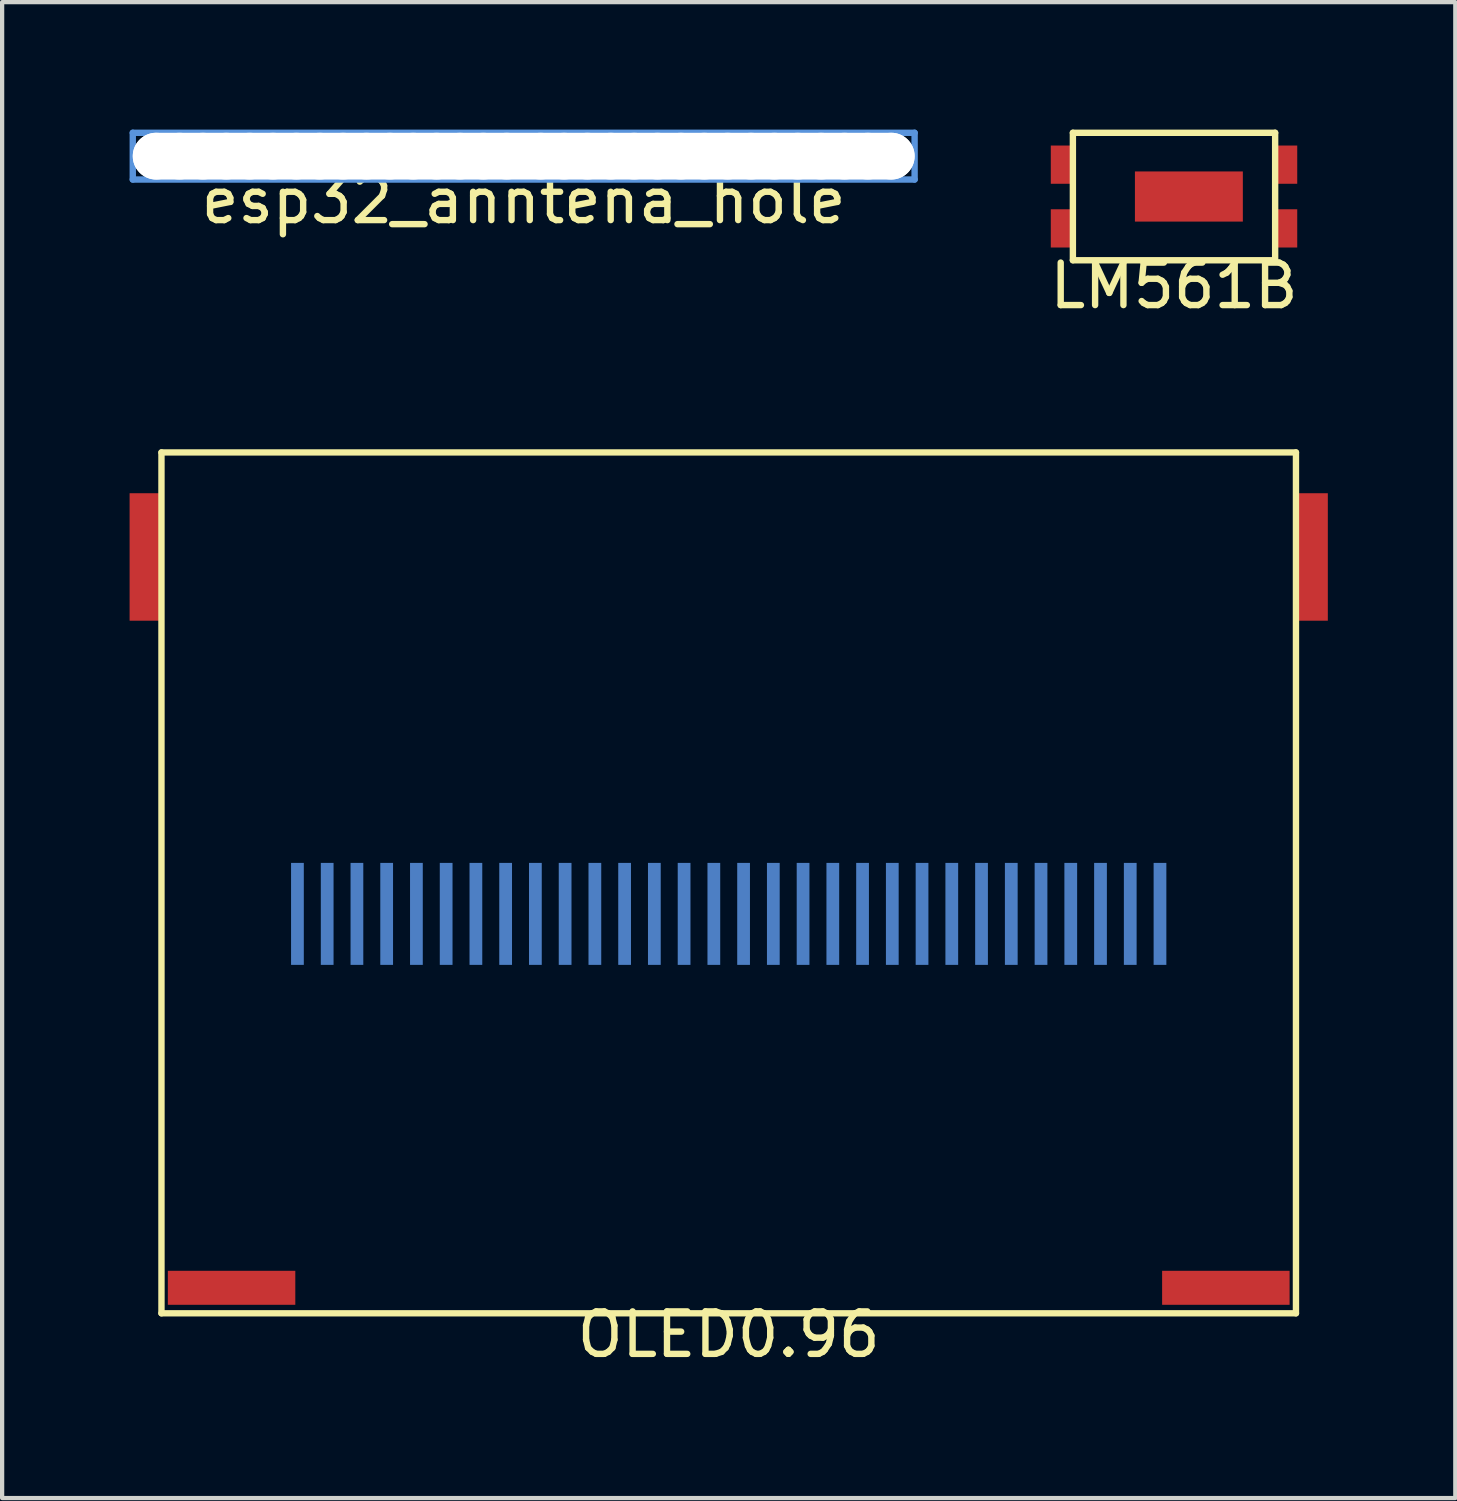
<source format=kicad_pcb>
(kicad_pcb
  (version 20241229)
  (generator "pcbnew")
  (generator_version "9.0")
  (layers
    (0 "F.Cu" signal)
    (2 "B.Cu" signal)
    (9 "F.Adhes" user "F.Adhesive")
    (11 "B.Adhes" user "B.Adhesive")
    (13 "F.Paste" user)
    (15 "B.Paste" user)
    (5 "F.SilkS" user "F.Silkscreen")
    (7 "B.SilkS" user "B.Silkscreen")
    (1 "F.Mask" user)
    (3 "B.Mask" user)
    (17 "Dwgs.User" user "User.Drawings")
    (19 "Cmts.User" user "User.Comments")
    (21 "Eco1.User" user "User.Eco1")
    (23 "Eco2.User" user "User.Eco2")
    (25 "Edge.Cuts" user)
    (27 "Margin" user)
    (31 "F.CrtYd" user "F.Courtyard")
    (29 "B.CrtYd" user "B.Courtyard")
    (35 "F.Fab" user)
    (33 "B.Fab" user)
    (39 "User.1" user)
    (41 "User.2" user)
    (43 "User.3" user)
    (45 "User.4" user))
  (footprint "LM561B"
    (layer "F.Cu")
    (at 24.58 1.575)
    (property "Reference" "LM561B" (at 0 2.1 0) (layer "F.SilkS") (effects (font (size 1 1) (thickness 0.15))))
    (attr through_hole)
    (fp_line (start -2.38 -1.5) (end 2.38 -1.5) (stroke (width 0.15) (type solid)) (layer "F.SilkS"))
    (fp_line (start -2.38 1.5) (end -2.38 -1.5) (stroke (width 0.15) (type solid)) (layer "F.SilkS"))
    (fp_line (start 2.38 -1.5) (end 2.38 1.5) (stroke (width 0.15) (type solid)) (layer "F.SilkS"))
    (fp_line (start 2.38 1.5) (end -2.38 1.5) (stroke (width 0.15) (type solid)) (layer "F.SilkS"))
    (pad "1" smd rect (at 0.35 0) (size 2.54 1.18) (layers "F.Cu" "F.Mask" "F.Paste"))
    (pad "1" smd rect (at 2.64 -0.75) (size 0.52 0.9) (layers "F.Cu" "F.Mask" "F.Paste"))
    (pad "1" smd rect (at 2.64 0.75) (size 0.52 0.9) (layers "F.Cu" "F.Mask" "F.Paste"))
    (pad "2" smd rect (at -2.64 -0.75) (size 0.52 0.9) (layers "F.Cu" "F.Mask" "F.Paste"))
    (pad "2" smd rect (at -2.64 0.75) (size 0.52 0.9) (layers "F.Cu" "F.Mask" "F.Paste")))
  (footprint "OLED0.96"
    (layer "F.Cu")
    (at 14.1 27.858)
    (property "Reference" "OLED0.96" (at 0 0.5 0) (layer "F.SilkS") (effects (font (size 1 1) (thickness 0.15))))
    (attr through_hole)
    (fp_line (start -13.35 -20.26) (end 13.35 -20.26) (stroke (width 0.15) (type solid)) (layer "F.SilkS"))
    (fp_line (start -13.35 0) (end -13.35 -20.26) (stroke (width 0.15) (type solid)) (layer "F.SilkS"))
    (fp_line (start 13.35 -20.26) (end 13.35 0) (stroke (width 0.15) (type solid)) (layer "F.SilkS"))
    (fp_line (start 13.35 0) (end -13.35 0) (stroke (width 0.15) (type solid)) (layer "F.SilkS"))
    (pad "1" smd rect (at -10.15 -9.4) (size 0.3 2.4) (layers "B.Cu" "B.Mask" "B.Paste"))
    (pad "2" smd rect (at -9.45 -9.4) (size 0.3 2.4) (layers "B.Cu" "B.Mask" "B.Paste"))
    (pad "3" smd rect (at -8.75 -9.4) (size 0.3 2.4) (layers "B.Cu" "B.Mask" "B.Paste"))
    (pad "4" smd rect (at -8.05 -9.4) (size 0.3 2.4) (layers "B.Cu" "B.Mask" "B.Paste"))
    (pad "5" smd rect (at -7.35 -9.4) (size 0.3 2.4) (layers "B.Cu" "B.Mask" "B.Paste"))
    (pad "6" smd rect (at -6.65 -9.4) (size 0.3 2.4) (layers "B.Cu" "B.Mask" "B.Paste"))
    (pad "7" smd rect (at -5.95 -9.4) (size 0.3 2.4) (layers "B.Cu" "B.Mask" "B.Paste"))
    (pad "8" smd rect (at -5.25 -9.4) (size 0.3 2.4) (layers "B.Cu" "B.Mask" "B.Paste"))
    (pad "9" smd rect (at -4.55 -9.4) (size 0.3 2.4) (layers "B.Cu" "B.Mask" "B.Paste"))
    (pad "10" smd rect (at -3.85 -9.4) (size 0.3 2.4) (layers "B.Cu" "B.Mask" "B.Paste"))
    (pad "11" smd rect (at -3.15 -9.4) (size 0.3 2.4) (layers "B.Cu" "B.Mask" "B.Paste"))
    (pad "12" smd rect (at -2.45 -9.4) (size 0.3 2.4) (layers "B.Cu" "B.Mask" "B.Paste"))
    (pad "13" smd rect (at -1.75 -9.4) (size 0.3 2.4) (layers "B.Cu" "B.Mask" "B.Paste"))
    (pad "14" smd rect (at -1.05 -9.4) (size 0.3 2.4) (layers "B.Cu" "B.Mask" "B.Paste"))
    (pad "15" smd rect (at -0.35 -9.4) (size 0.3 2.4) (layers "B.Cu" "B.Mask" "B.Paste"))
    (pad "16" smd rect (at 0.35 -9.4) (size 0.3 2.4) (layers "B.Cu" "B.Mask" "B.Paste"))
    (pad "17" smd rect (at 1.05 -9.4) (size 0.3 2.4) (layers "B.Cu" "B.Mask" "B.Paste"))
    (pad "18" smd rect (at 1.75 -9.4) (size 0.3 2.4) (layers "B.Cu" "B.Mask" "B.Paste"))
    (pad "19" smd rect (at 2.45 -9.4) (size 0.3 2.4) (layers "B.Cu" "B.Mask" "B.Paste"))
    (pad "20" smd rect (at 3.15 -9.4) (size 0.3 2.4) (layers "B.Cu" "B.Mask" "B.Paste"))
    (pad "21" smd rect (at 3.85 -9.4) (size 0.3 2.4) (layers "B.Cu" "B.Mask" "B.Paste"))
    (pad "22" smd rect (at 4.55 -9.4) (size 0.3 2.4) (layers "B.Cu" "B.Mask" "B.Paste"))
    (pad "23" smd rect (at 5.25 -9.4) (size 0.3 2.4) (layers "B.Cu" "B.Mask" "B.Paste"))
    (pad "24" smd rect (at 5.95 -9.4) (size 0.3 2.4) (layers "B.Cu" "B.Mask" "B.Paste"))
    (pad "25" smd rect (at 6.65 -9.4) (size 0.3 2.4) (layers "B.Cu" "B.Mask" "B.Paste"))
    (pad "26" smd rect (at 7.35 -9.4) (size 0.3 2.4) (layers "B.Cu" "B.Mask" "B.Paste"))
    (pad "27" smd rect (at 8.05 -9.4) (size 0.3 2.4) (layers "B.Cu" "B.Mask" "B.Paste"))
    (pad "28" smd rect (at 8.75 -9.4) (size 0.3 2.4) (layers "B.Cu" "B.Mask" "B.Paste"))
    (pad "29" smd rect (at 9.45 -9.4) (size 0.3 2.4) (layers "B.Cu" "B.Mask" "B.Paste"))
    (pad "30" smd rect (at 10.15 -9.4) (size 0.3 2.4) (layers "B.Cu" "B.Mask" "B.Paste"))
    (pad "BEZEL" smd rect (at -13.7 -17.8) (size 0.8 3) (layers "F.Cu" "F.Mask" "F.Paste"))
    (pad "BEZEL" smd rect (at -11.7 -0.6) (size 3 0.8) (layers "F.Cu" "F.Mask" "F.Paste"))
    (pad "BEZEL" smd rect (at 11.7 -0.6) (size 3 0.8) (layers "F.Cu" "F.Mask" "F.Paste"))
    (pad "BEZEL" smd rect (at 13.7 -17.8) (size 0.8 3) (layers "F.Cu" "F.Mask" "F.Paste")))
  (footprint "esp32_anntena_hole"
    (layer "F.Cu")
    (at 9.275 1.175)
    (property "Reference" "esp32_anntena_hole" (at 0 0.5 0) (layer "F.SilkS") (effects (font (size 1 1) (thickness 0.15))))
    (attr through_hole)
    (fp_line (start -9.2 -1.1) (end -9.2 0) (stroke (width 0.15) (type solid)) (layer "Cmts.User"))
    (fp_line (start -9.2 0) (end 9.2 0) (stroke (width 0.15) (type solid)) (layer "Cmts.User"))
    (fp_line (start 9.2 -1.1) (end -9.2 -1.1) (stroke (width 0.15) (type solid)) (layer "Cmts.User"))
    (fp_line (start 9.2 0) (end 9.2 -1.1) (stroke (width 0.15) (type solid)) (layer "Cmts.User"))
    (pad "" np_thru_hole oval (at -8.65 -0.55) (size 1.1 1.1) (drill 1.1) (layers "*.Cu" "*.Mask"))
    (pad "" np_thru_hole oval (at -8.1 -0.55) (size 1.1 1.1) (drill 1.1) (layers "*.Cu" "*.Mask"))
    (pad "" np_thru_hole oval (at -7.55 -0.55) (size 1.1 1.1) (drill 1.1) (layers "*.Cu" "*.Mask"))
    (pad "" np_thru_hole oval (at -7 -0.55) (size 1.1 1.1) (drill 1.1) (layers "*.Cu" "*.Mask"))
    (pad "" np_thru_hole oval (at -6.45 -0.55) (size 1.1 1.1) (drill 1.1) (layers "*.Cu" "*.Mask"))
    (pad "" np_thru_hole oval (at -5.9 -0.55) (size 1.1 1.1) (drill 1.1) (layers "*.Cu" "*.Mask"))
    (pad "" np_thru_hole oval (at -5.35 -0.55) (size 1.1 1.1) (drill 1.1) (layers "*.Cu" "*.Mask"))
    (pad "" np_thru_hole oval (at -4.8 -0.55) (size 1.1 1.1) (drill 1.1) (layers "*.Cu" "*.Mask"))
    (pad "" np_thru_hole oval (at -4.25 -0.55) (size 1.1 1.1) (drill 1.1) (layers "*.Cu" "*.Mask"))
    (pad "" np_thru_hole oval (at -3.7 -0.55) (size 1.1 1.1) (drill 1.1) (layers "*.Cu" "*.Mask"))
    (pad "" np_thru_hole oval (at -3.15 -0.55) (size 1.1 1.1) (drill 1.1) (layers "*.Cu" "*.Mask"))
    (pad "" np_thru_hole oval (at -2.6 -0.55) (size 1.1 1.1) (drill 1.1) (layers "*.Cu" "*.Mask"))
    (pad "" np_thru_hole oval (at -2.05 -0.55) (size 1.1 1.1) (drill 1.1) (layers "*.Cu" "*.Mask"))
    (pad "" np_thru_hole oval (at -1.5 -0.55) (size 1.1 1.1) (drill 1.1) (layers "*.Cu" "*.Mask"))
    (pad "" np_thru_hole oval (at -0.95 -0.55) (size 1.1 1.1) (drill 1.1) (layers "*.Cu" "*.Mask"))
    (pad "" np_thru_hole oval (at -0.4 -0.55) (size 1.1 1.1) (drill 1.1) (layers "*.Cu" "*.Mask"))
    (pad "" np_thru_hole oval (at 0 -0.55) (size 18.4 1.1) (drill oval 18.4 1.1) (layers "*.Cu" "*.Mask"))
    (pad "" np_thru_hole oval (at 0.4 -0.55) (size 1.1 1.1) (drill 1.1) (layers "*.Cu" "*.Mask"))
    (pad "" np_thru_hole oval (at 0.95 -0.55) (size 1.1 1.1) (drill 1.1) (layers "*.Cu" "*.Mask"))
    (pad "" np_thru_hole oval (at 1.5 -0.55) (size 1.1 1.1) (drill 1.1) (layers "*.Cu" "*.Mask"))
    (pad "" np_thru_hole oval (at 2.05 -0.55) (size 1.1 1.1) (drill 1.1) (layers "*.Cu" "*.Mask"))
    (pad "" np_thru_hole oval (at 2.6 -0.55) (size 1.1 1.1) (drill 1.1) (layers "*.Cu" "*.Mask"))
    (pad "" np_thru_hole oval (at 3.15 -0.55) (size 1.1 1.1) (drill 1.1) (layers "*.Cu" "*.Mask"))
    (pad "" np_thru_hole oval (at 3.7 -0.55) (size 1.1 1.1) (drill 1.1) (layers "*.Cu" "*.Mask"))
    (pad "" np_thru_hole oval (at 4.25 -0.55) (size 1.1 1.1) (drill 1.1) (layers "*.Cu" "*.Mask"))
    (pad "" np_thru_hole oval (at 4.8 -0.55) (size 1.1 1.1) (drill 1.1) (layers "*.Cu" "*.Mask"))
    (pad "" np_thru_hole oval (at 5.35 -0.55) (size 1.1 1.1) (drill 1.1) (layers "*.Cu" "*.Mask"))
    (pad "" np_thru_hole oval (at 5.9 -0.55) (size 1.1 1.1) (drill 1.1) (layers "*.Cu" "*.Mask"))
    (pad "" np_thru_hole oval (at 6.45 -0.55) (size 1.1 1.1) (drill 1.1) (layers "*.Cu" "*.Mask"))
    (pad "" np_thru_hole oval (at 7 -0.55) (size 1.1 1.1) (drill 1.1) (layers "*.Cu" "*.Mask"))
    (pad "" np_thru_hole oval (at 7.55 -0.55) (size 1.1 1.1) (drill 1.1) (layers "*.Cu" "*.Mask"))
    (pad "" np_thru_hole oval (at 8.1 -0.55) (size 1.1 1.1) (drill 1.1) (layers "*.Cu" "*.Mask"))
    (pad "" np_thru_hole oval (at 8.65 -0.55) (size 1.1 1.1) (drill 1.1) (layers "*.Cu" "*.Mask")))
  (gr_rect
    (start -3 -3)
    (end 31.2 32.206)
    (stroke (width 0.1) (type default))
    (fill no)
    (layer "Edge.Cuts")))
</source>
